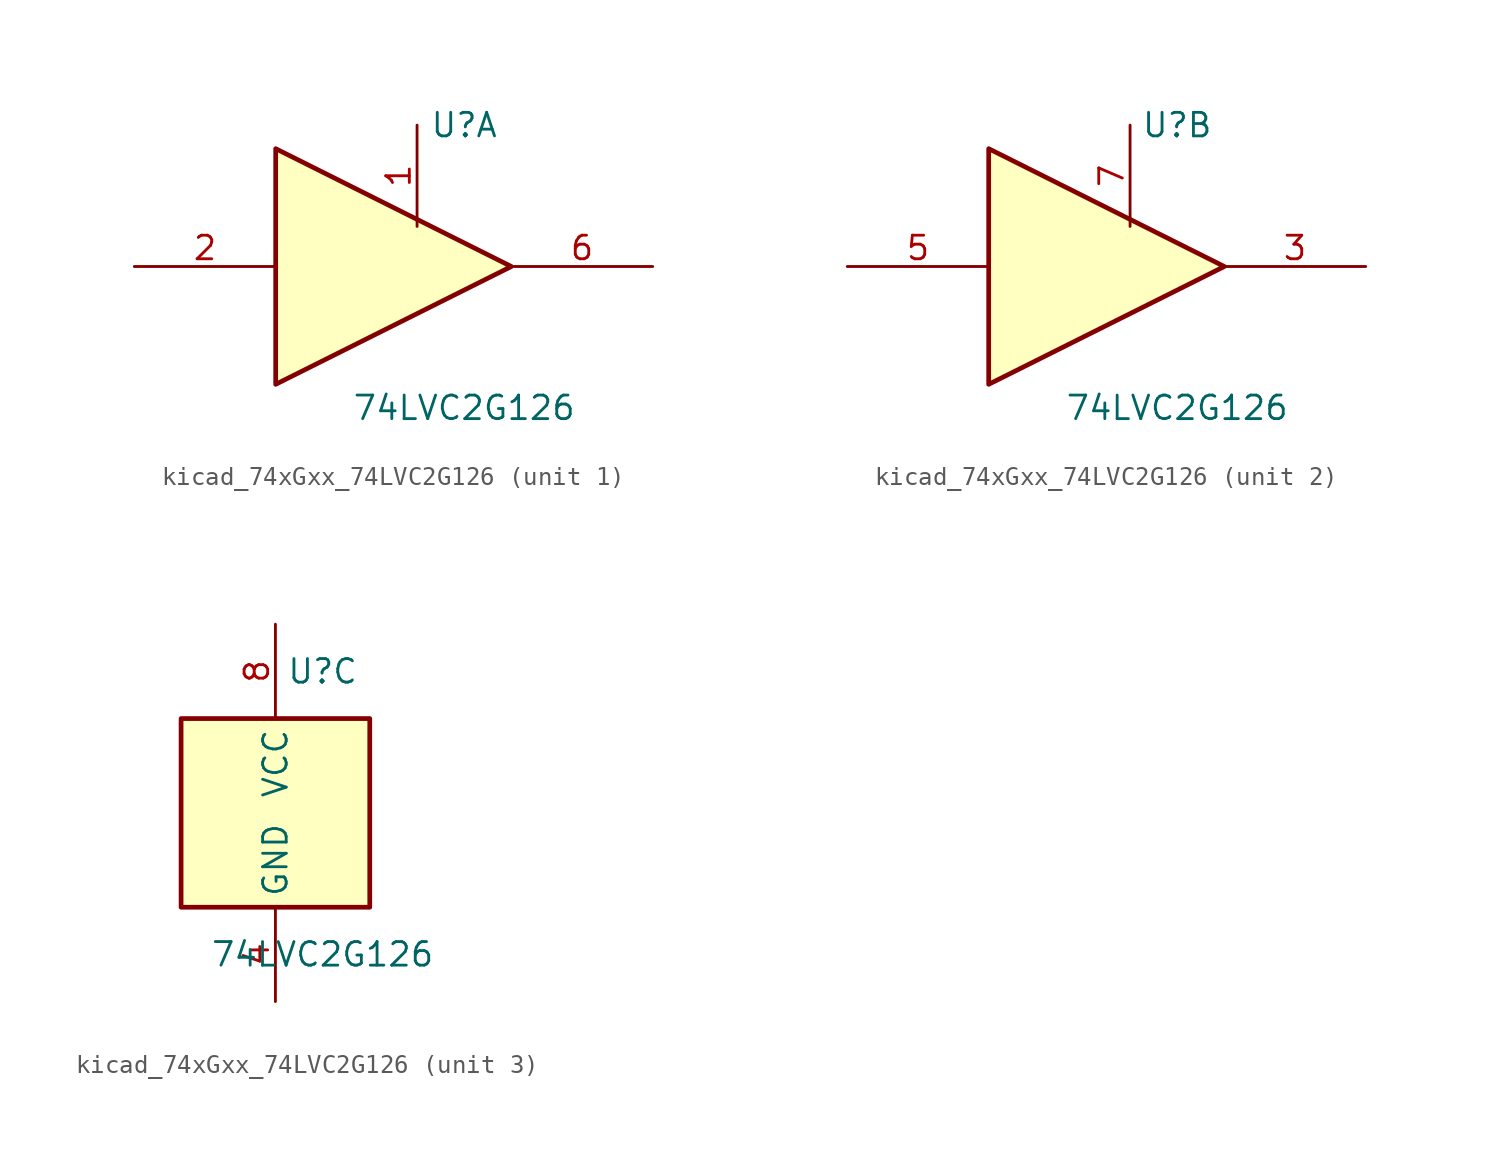
<source format=kicad_sym>
(kicad_symbol_lib
  (version 20220914)
  (generator kicad_symbol_editor)
  (symbol "kicad_74xGxx_74LVC2G126"
    (property "Reference" "U"
      (at 2.54 7.62 0)
      (effects (font (size 1.27 1.27))))
    (property "Value" "74LVC2G126"
      (at 2.54 -7.62 0)
      (effects (font (size 1.27 1.27))))
    (symbol "kicad_74xGxx_74LVC2G126_1_1"
      (polyline (pts (xy -7.62 6.35) (xy -7.62 -6.35) (xy 5.08 0) (xy -7.62 6.35)) (stroke (width 0.254) (type default)) (fill (type background)))
      (pin input line (at 0 7.62 270) (length 5.46) (name "~" (effects (font (size 1.27 1.27)))) (number "1" (effects (font (size 1.27 1.27)))))
      (pin input line (at -15.24 0 0) (length 7.62) (name "~" (effects (font (size 1.27 1.27)))) (number "2" (effects (font (size 1.27 1.27)))))
      (pin tri_state line (at 12.7 0 180) (length 7.62) (name "~" (effects (font (size 1.27 1.27)))) (number "6" (effects (font (size 1.27 1.27))))))
    (symbol "kicad_74xGxx_74LVC2G126_2_1"
      (polyline (pts (xy -7.62 6.35) (xy -7.62 -6.35) (xy 5.08 0) (xy -7.62 6.35)) (stroke (width 0.254) (type default)) (fill (type background)))
      (pin tri_state line (at 12.7 0 180) (length 7.62) (name "~" (effects (font (size 1.27 1.27)))) (number "3" (effects (font (size 1.27 1.27)))))
      (pin input line (at -15.24 0 0) (length 7.62) (name "~" (effects (font (size 1.27 1.27)))) (number "5" (effects (font (size 1.27 1.27)))))
      (pin input line (at 0 7.62 270) (length 5.46) (name "~" (effects (font (size 1.27 1.27)))) (number "7" (effects (font (size 1.27 1.27))))))
    (symbol "kicad_74xGxx_74LVC2G126_3_0"
      (rectangle (start -5.08 -5.08) (end 5.08 5.08) (stroke (width 0.254) (type default)) (fill (type background))))
    (symbol "kicad_74xGxx_74LVC2G126_3_1"
      (pin power_in line (at 0 -10.16 90) (length 5.08) (name "GND" (effects (font (size 1.27 1.27)))) (number "4" (effects (font (size 1.27 1.27)))))
      (pin power_in line (at 0 10.16 270) (length 5.08) (name "VCC" (effects (font (size 1.27 1.27)))) (number "8" (effects (font (size 1.27 1.27))))))))
</source>
